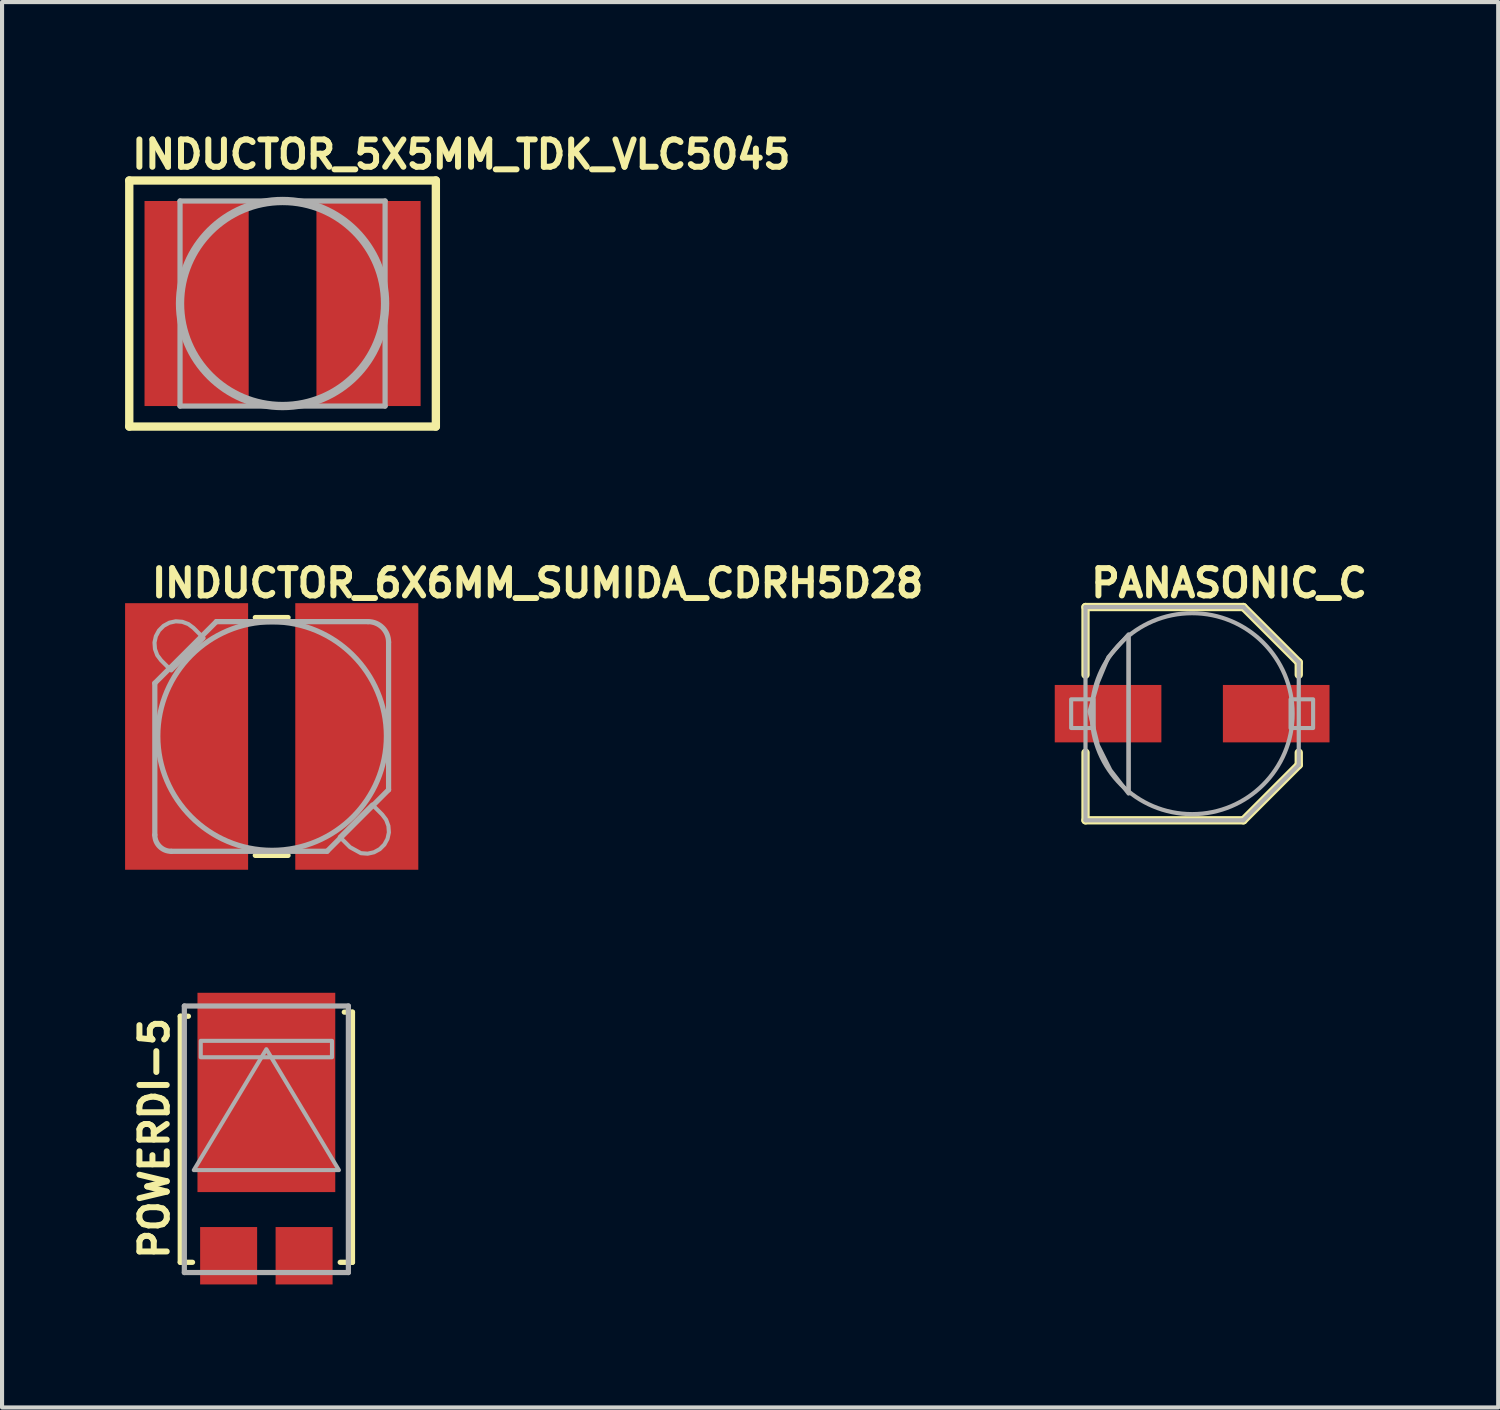
<source format=kicad_pcb>
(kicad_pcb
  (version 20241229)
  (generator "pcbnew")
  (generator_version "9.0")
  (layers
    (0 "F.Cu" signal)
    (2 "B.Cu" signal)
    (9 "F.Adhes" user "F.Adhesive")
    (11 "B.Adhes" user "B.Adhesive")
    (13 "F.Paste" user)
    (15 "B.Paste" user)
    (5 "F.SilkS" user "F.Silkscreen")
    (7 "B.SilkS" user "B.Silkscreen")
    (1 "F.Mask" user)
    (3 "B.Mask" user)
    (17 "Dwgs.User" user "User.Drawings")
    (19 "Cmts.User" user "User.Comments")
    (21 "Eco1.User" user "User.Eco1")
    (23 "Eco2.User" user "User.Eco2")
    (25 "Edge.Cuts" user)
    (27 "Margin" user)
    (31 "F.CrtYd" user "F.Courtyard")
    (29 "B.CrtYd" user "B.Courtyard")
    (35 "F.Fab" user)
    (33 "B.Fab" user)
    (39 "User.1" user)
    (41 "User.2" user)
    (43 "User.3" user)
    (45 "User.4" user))
  (footprint "POWERDI-5"
    (layer "F.Cu")
    (at 3.445 24.73)
    (property "Reference" "POWERDI-5" (at -2.34 2.99 90) (layer "F.SilkS") (effects (font (size 0.666 0.666) (thickness 0.146)) (justify left bottom)))
    (fp_line (start -2.1 -3) (end -1.9 -3) (stroke (width 0.127) (type solid)) (layer "F.SilkS"))
    (fp_line (start -2.1 3) (end -2.1 -3) (stroke (width 0.127) (type solid)) (layer "F.SilkS"))
    (fp_line (start -1.8 3) (end -2.1 3) (stroke (width 0.127) (type solid)) (layer "F.SilkS"))
    (fp_line (start 1.9 -3.1) (end 2.1 -3.1) (stroke (width 0.127) (type solid)) (layer "F.SilkS"))
    (fp_line (start 2.1 -3.1) (end 2.1 3) (stroke (width 0.127) (type solid)) (layer "F.SilkS"))
    (fp_line (start 2.1 3) (end 1.8 3) (stroke (width 0.127) (type solid)) (layer "F.SilkS"))
    (fp_line (start -2 -3.25) (end 2 -3.25) (stroke (width 0.127) (type solid)) (layer "F.Fab"))
    (fp_line (start -2 3.25) (end -2 -3.25) (stroke (width 0.127) (type solid)) (layer "F.Fab"))
    (fp_line (start 2 -3.25) (end 2 3.25) (stroke (width 0.127) (type solid)) (layer "F.Fab"))
    (fp_line (start 2 3.25) (end -2 3.25) (stroke (width 0.127) (type solid)) (layer "F.Fab"))
    (fp_poly (pts (xy 1.769 0.752) (xy -1.769 0.752) (xy 0 -2.196)) (stroke (width 0.1) (type default)) (fill no) (layer "F.Fab"))
    (fp_poly (pts (xy -1.6 -2) (xy 1.6 -2) (xy 1.6 -2.4) (xy -1.6 -2.4)) (stroke (width 0.1) (type default)) (fill no) (layer "F.Fab"))
    (pad "A1" smd rect (at -0.92 2.84) (size 1.39 1.4) (layers "F.Cu" "F.Mask" "F.Paste"))
    (pad "A2" smd rect (at 0.92 2.84) (size 1.39 1.4) (layers "F.Cu" "F.Mask" "F.Paste"))
    (pad "C" smd rect (at 0 -1.142) (size 3.36 4.86) (layers "F.Cu" "F.Mask" "F.Paste")))
  (footprint "PANASONIC_C"
    (layer "F.Cu")
    (at 26.019 14.352)
    (property "Reference" "PANASONIC_C" (at -2.54 -2.794 0) (layer "F.SilkS") (effects (font (size 0.666 0.666) (thickness 0.146)) (justify left bottom)))
    (fp_line (start -2.6 -2.6) (end 1.25 -2.6) (stroke (width 0.203) (type solid)) (layer "F.SilkS"))
    (fp_line (start -2.6 -0.95) (end -2.6 -2.6) (stroke (width 0.203) (type solid)) (layer "F.SilkS"))
    (fp_line (start -2.6 2.6) (end -2.6 0.95) (stroke (width 0.203) (type solid)) (layer "F.SilkS"))
    (fp_line (start 1.25 -2.6) (end 2.6 -1.25) (stroke (width 0.203) (type solid)) (layer "F.SilkS"))
    (fp_line (start 1.25 2.6) (end -2.6 2.6) (stroke (width 0.203) (type solid)) (layer "F.SilkS"))
    (fp_line (start 2.6 -1.25) (end 2.6 -0.95) (stroke (width 0.203) (type solid)) (layer "F.SilkS"))
    (fp_line (start 2.6 0.95) (end 2.6 1.25) (stroke (width 0.203) (type solid)) (layer "F.SilkS"))
    (fp_line (start 2.6 1.25) (end 1.25 2.6) (stroke (width 0.203) (type solid)) (layer "F.SilkS"))
    (fp_line (start -2.6 -2.6) (end 1.25 -2.6) (stroke (width 0.102) (type solid)) (layer "F.Fab"))
    (fp_line (start -2.6 2.6) (end -2.6 -2.6) (stroke (width 0.102) (type solid)) (layer "F.Fab"))
    (fp_line (start -1.55 -1.85) (end -1.55 1.85) (stroke (width 0.102) (type solid)) (layer "F.Fab"))
    (fp_line (start 1.25 -2.6) (end 2.6 -1.25) (stroke (width 0.102) (type solid)) (layer "F.Fab"))
    (fp_line (start 1.25 2.6) (end -2.6 2.6) (stroke (width 0.102) (type solid)) (layer "F.Fab"))
    (fp_line (start 2.6 -1.25) (end 2.6 1.25) (stroke (width 0.102) (type solid)) (layer "F.Fab"))
    (fp_line (start 2.6 1.25) (end 1.25 2.6) (stroke (width 0.102) (type solid)) (layer "F.Fab"))
    (fp_circle (center 0 0) (end 2.45 0) (stroke (width 0.102) (type solid)) (fill no) (layer "F.Fab"))
    (fp_poly (pts (xy -2.95 0.35) (xy -2.4 0.35) (xy -2.4 -0.35) (xy -2.95 -0.35)) (stroke (width 0.1) (type default)) (fill no) (layer "F.Fab"))
    (fp_poly (pts (xy 2.4 0.35) (xy 2.95 0.35) (xy 2.95 -0.35) (xy 2.4 -0.35)) (stroke (width 0.1) (type default)) (fill no) (layer "F.Fab"))
    (fp_poly (pts (xy -1.549 1.948) (xy -1.993 1.377) (xy -2.298 0.768) (xy -2.503 -0.051) (xy -2.298 -0.767) (xy -2.044 -1.377) (xy -1.549 -1.934)) (stroke (width 0.1) (type default)) (fill no) (layer "F.Fab"))
    (pad "+" smd rect (at 2.05 0) (size 2.6 1.4) (layers "F.Cu" "F.Mask" "F.Paste"))
    (pad "-" smd rect (at -2.05 0) (size 2.6 1.4) (layers "F.Cu" "F.Mask" "F.Paste")))
  (footprint "INDUCTOR_5X5MM_TDK_VLC5045"
    (layer "F.Cu")
    (at 3.84 4.351)
    (property "Reference" "INDUCTOR_5X5MM_TDK_VLC5045" (at -3.746 -3.246 0) (layer "F.SilkS") (effects (font (size 0.666 0.666) (thickness 0.146)) (justify left bottom)))
    (fp_line (start -3.738 -3) (end 3.738 -3) (stroke (width 0.203) (type solid)) (layer "F.SilkS"))
    (fp_line (start -3.738 3) (end -3.738 -3) (stroke (width 0.203) (type solid)) (layer "F.SilkS"))
    (fp_line (start 3.738 -3) (end 3.738 3) (stroke (width 0.203) (type solid)) (layer "F.SilkS"))
    (fp_line (start 3.738 3) (end -3.738 3) (stroke (width 0.203) (type solid)) (layer "F.SilkS"))
    (fp_line (start -2.5 -2.5) (end 2.5 -2.5) (stroke (width 0.127) (type solid)) (layer "F.Fab"))
    (fp_line (start -2.5 2.5) (end -2.5 -2.5) (stroke (width 0.127) (type solid)) (layer "F.Fab"))
    (fp_line (start 2.5 -2.5) (end 2.5 2.5) (stroke (width 0.127) (type solid)) (layer "F.Fab"))
    (fp_line (start 2.5 2.5) (end -2.5 2.5) (stroke (width 0.127) (type solid)) (layer "F.Fab"))
    (fp_circle (center 0 0) (end 2.5 0) (stroke (width 0.203) (type solid)) (fill no) (layer "F.Fab"))
    (pad "P$1" smd rect (at -2.096 0) (size 2.54 5) (layers "F.Cu" "F.Mask" "F.Paste"))
    (pad "P$2" smd rect (at 2.096 0) (size 2.54 5) (layers "F.Cu" "F.Mask" "F.Paste")))
  (footprint "INDUCTOR_6X6MM_SUMIDA_CDRH5D28"
    (layer "F.Cu")
    (at 3.575 14.908)
    (property "Reference" "INDUCTOR_6X6MM_SUMIDA_CDRH5D28" (at -3 -3.35 0) (layer "F.SilkS") (effects (font (size 0.666 0.666) (thickness 0.146)) (justify left bottom)))
    (fp_line (start -0.4 -2.9) (end 0.4 -2.9) (stroke (width 0.127) (type solid)) (layer "F.SilkS"))
    (fp_line (start -0.4 2.9) (end 0.4 2.9) (stroke (width 0.127) (type solid)) (layer "F.SilkS"))
    (fp_line (start -2.85 -1.3) (end -1.35 -2.8) (stroke (width 0.127) (type solid)) (layer "F.Fab"))
    (fp_line (start -2.85 2.4) (end -2.85 -1.3) (stroke (width 0.127) (type solid)) (layer "F.Fab"))
    (fp_line (start -1.35 -2.8) (end 2.35 -2.8) (stroke (width 0.127) (type solid)) (layer "F.Fab"))
    (fp_line (start 1.35 2.8) (end -2.45 2.8) (stroke (width 0.127) (type solid)) (layer "F.Fab"))
    (fp_line (start 2.85 -2.3) (end 2.85 1.3) (stroke (width 0.127) (type solid)) (layer "F.Fab"))
    (fp_line (start 2.85 1.3) (end 1.35 2.8) (stroke (width 0.127) (type solid)) (layer "F.Fab"))
    (fp_arc (start -2.45 2.8) (mid -2.732843 2.682843) (end -2.85 2.4) (stroke (width 0.127) (type solid)) (layer "F.Fab"))
    (fp_arc (start 2.35 -2.8) (mid 2.703553 -2.653553) (end 2.85 -2.3) (stroke (width 0.127) (type solid)) (layer "F.Fab"))
    (fp_circle (center 0.01 -0.01) (end 2.797 -0.01) (stroke (width 0.127) (type solid)) (fill no) (layer "F.Fab"))
    (fp_poly (pts (xy 2.698 1.908) (xy 2.791 2.032) (xy 2.846 2.181) (xy 2.858 2.34) (xy 2.824 2.495) (xy 2.748 2.635) (xy 2.635 2.748) (xy 2.495 2.824) (xy 2.34 2.858) (xy 2.176 2.846) (xy 1.912 2.701) (xy 1.66 2.45) (xy 2.45 1.66)) (stroke (width 0.1) (type default)) (fill no) (layer "F.Fab"))
    (fp_poly (pts (xy -2.181 -2.796) (xy -2.032 -2.741) (xy -1.908 -2.648) (xy -1.66 -2.4) (xy -2.45 -1.61) (xy -2.698 -1.858) (xy -2.791 -1.982) (xy -2.846 -2.131) (xy -2.858 -2.29) (xy -2.824 -2.445) (xy -2.748 -2.585) (xy -2.635 -2.698) (xy -2.495 -2.774) (xy -2.34 -2.808)) (stroke (width 0.1) (type default)) (fill no) (layer "F.Fab"))
    (pad "P$1" smd rect (at -2.075 0) (size 3 6.5) (layers "F.Cu" "F.Mask" "F.Paste"))
    (pad "P$2" smd rect (at 2.075 0) (size 3 6.5) (layers "F.Cu" "F.Mask" "F.Paste")))
  (gr_rect
    (start -3 -3)
    (end 33.482 31.27)
    (stroke (width 0.1) (type default))
    (fill no)
    (layer "Edge.Cuts")))
</source>
